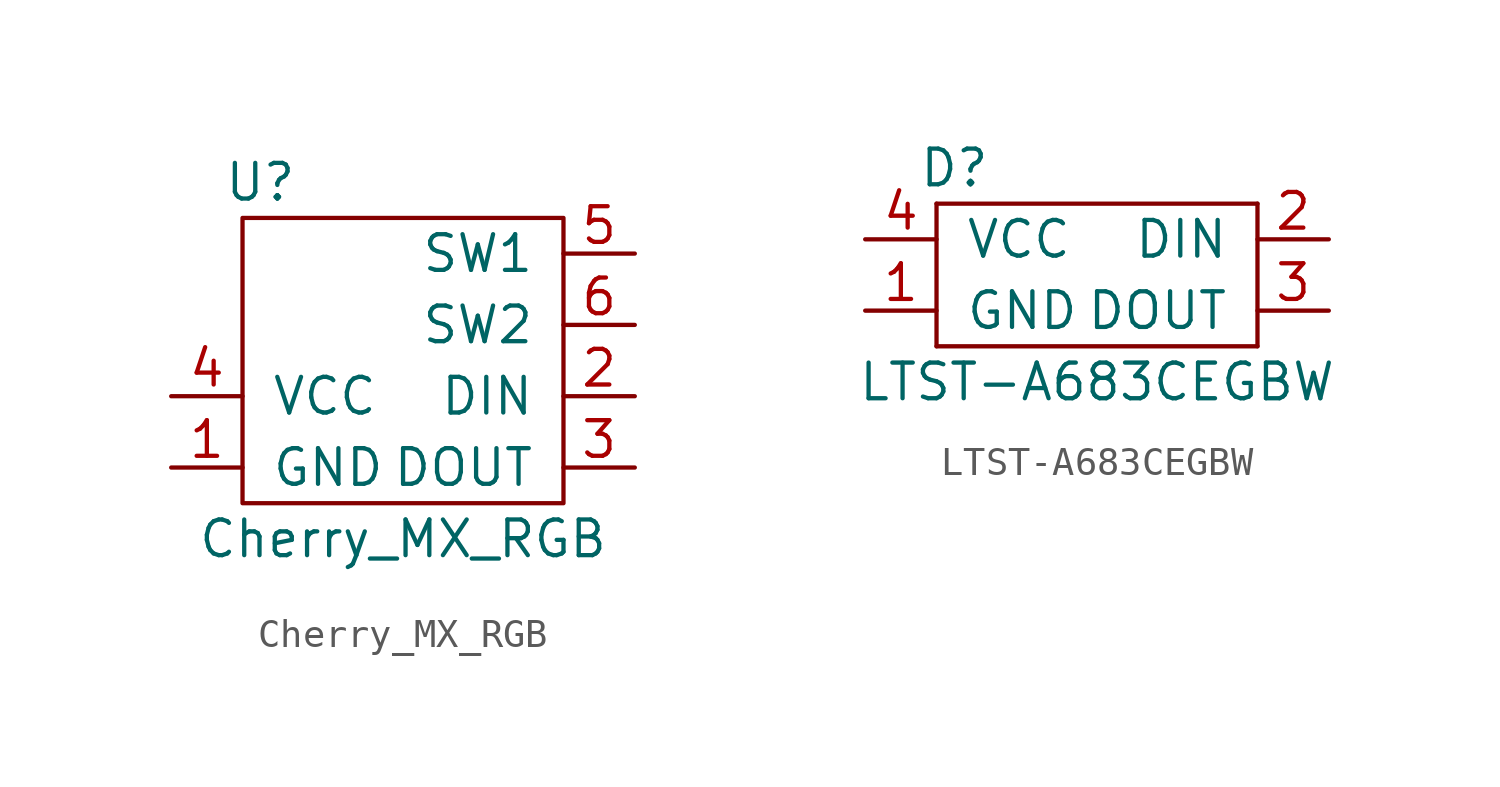
<source format=kicad_sym>
(kicad_symbol_lib
  (version 20211014)
  (generator kicad_symbol_editor)
  (symbol "Cherry_MX_RGB"
    (pin_names
      (offset 1.016))
    (property "Reference" "U"
      (at -5.08 8.89 0)
      (effects (font (size 1.27 1.27))))
    (property "Value" "Cherry_MX_RGB"
      (at 0 -3.81 0)
      (effects (font (size 1.27 1.27))))
    (symbol "Cherry_MX_RGB_0_1"
      (rectangle (start 5.715 -2.54) (end -5.715 7.62) (stroke (width 0) (type default) (color 0 0 0 0)) (fill (type none))))
    (symbol "Cherry_MX_RGB_1_1"
      (pin input line (at -8.255 -1.27 0) (length 2.54) (name "GND" (effects (font (size 1.27 1.27)))) (number "1" (effects (font (size 1.27 1.27)))))
      (pin input line (at 8.255 1.27 180) (length 2.54) (name "DIN" (effects (font (size 1.27 1.27)))) (number "2" (effects (font (size 1.27 1.27)))))
      (pin output line (at 8.255 -1.27 180) (length 2.54) (name "DOUT" (effects (font (size 1.27 1.27)))) (number "3" (effects (font (size 1.27 1.27)))))
      (pin input line (at -8.255 1.27 0) (length 2.54) (name "VCC" (effects (font (size 1.27 1.27)))) (number "4" (effects (font (size 1.27 1.27)))))
      (pin input line (at 8.255 6.35 180) (length 2.54) (name "SW1" (effects (font (size 1.27 1.27)))) (number "5" (effects (font (size 1.27 1.27)))))
      (pin output line (at 8.255 3.81 180) (length 2.54) (name "SW2" (effects (font (size 1.27 1.27)))) (number "6" (effects (font (size 1.27 1.27)))))))
  (symbol "LTST-A683CEGBW"
    (pin_names
      (offset 1.016))
    (property "Reference" "D"
      (at -5.08 3.81 0)
      (effects (font (size 1.27 1.27))))
    (property "Value" "LTST-A683CEGBW"
      (at 0 -3.81 0)
      (effects (font (size 1.27 1.27))))
    (symbol "LTST-A683CEGBW_0_0"
      (rectangle (start -5.715 -2.54) (end 5.715 -2.54) (stroke (width 0) (type default) (color 0 0 0 0)) (fill (type none)))
      (rectangle (start -5.715 2.54) (end -5.715 -2.54) (stroke (width 0) (type default) (color 0 0 0 0)) (fill (type none)))
      (rectangle (start -5.715 2.54) (end 5.715 2.54) (stroke (width 0) (type default) (color 0 0 0 0)) (fill (type none)))
      (rectangle (start 5.715 2.54) (end 5.715 -2.54) (stroke (width 0) (type default) (color 0 0 0 0)) (fill (type none))))
    (symbol "LTST-A683CEGBW_1_1"
      (pin input line (at -8.255 -1.27 0) (length 2.54) (name "GND" (effects (font (size 1.27 1.27)))) (number "1" (effects (font (size 1.27 1.27)))))
      (pin input line (at 8.255 1.27 180) (length 2.54) (name "DIN" (effects (font (size 1.27 1.27)))) (number "2" (effects (font (size 1.27 1.27)))))
      (pin output line (at 8.255 -1.27 180) (length 2.54) (name "DOUT" (effects (font (size 1.27 1.27)))) (number "3" (effects (font (size 1.27 1.27)))))
      (pin input line (at -8.255 1.27 0) (length 2.54) (name "VCC" (effects (font (size 1.27 1.27)))) (number "4" (effects (font (size 1.27 1.27))))))))
</source>
